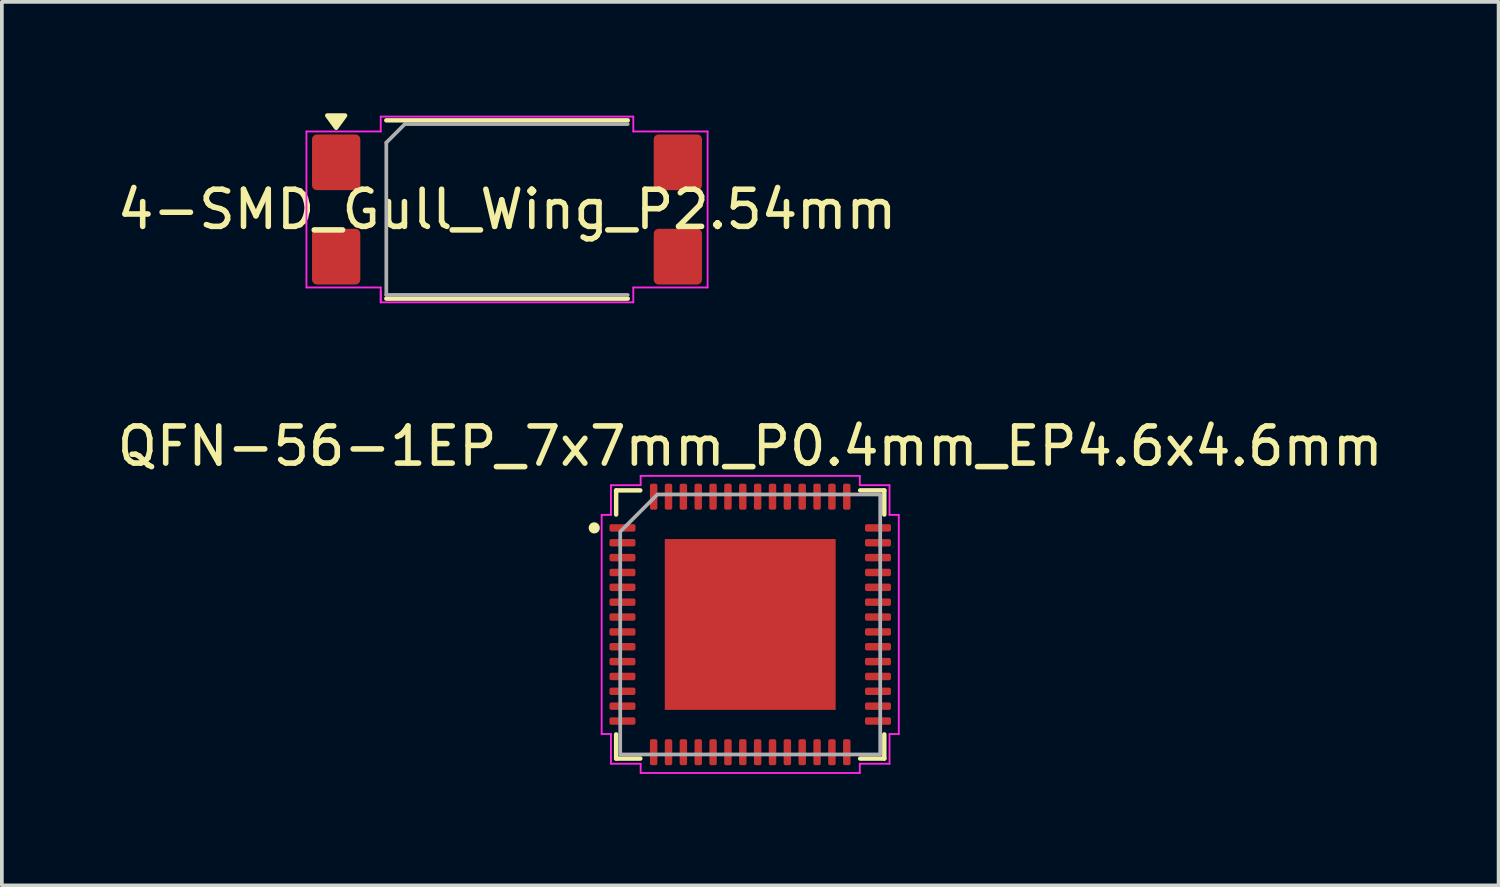
<source format=kicad_pcb>
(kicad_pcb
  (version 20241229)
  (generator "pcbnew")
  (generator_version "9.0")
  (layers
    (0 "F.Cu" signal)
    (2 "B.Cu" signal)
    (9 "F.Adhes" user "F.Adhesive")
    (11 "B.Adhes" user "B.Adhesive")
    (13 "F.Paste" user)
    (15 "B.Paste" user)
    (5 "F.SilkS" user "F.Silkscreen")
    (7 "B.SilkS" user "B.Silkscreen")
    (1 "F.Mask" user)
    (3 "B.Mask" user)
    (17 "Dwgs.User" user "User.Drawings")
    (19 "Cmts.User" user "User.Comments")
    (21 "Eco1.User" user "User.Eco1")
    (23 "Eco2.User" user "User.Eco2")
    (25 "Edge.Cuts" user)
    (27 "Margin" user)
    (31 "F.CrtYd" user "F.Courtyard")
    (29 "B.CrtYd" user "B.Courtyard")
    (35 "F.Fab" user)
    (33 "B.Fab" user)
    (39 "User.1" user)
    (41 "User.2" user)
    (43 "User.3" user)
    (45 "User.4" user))
  (footprint "QFN-56-1EP_7x7mm_P0.4mm_EP4.6x4.6mm"
    (layer "F.Cu")
    (at 17.149 13.763)
    (property "Reference" "QFN-56-1EP_7x7mm_P0.4mm_EP4.6x4.6mm" (at 0 -4.8 0) (layer "F.SilkS") (effects (font (size 1 1) (thickness 0.15))))
    (attr smd)
    (fp_line (start -3.61 -3.61) (end -2.96 -3.61) (stroke (width 0.12) (type solid)) (layer "F.SilkS"))
    (fp_line (start -3.61 -2.96) (end -3.61 -3.61) (stroke (width 0.12) (type solid)) (layer "F.SilkS"))
    (fp_line (start -3.61 3.61) (end -3.61 2.96) (stroke (width 0.12) (type solid)) (layer "F.SilkS"))
    (fp_line (start -2.96 3.61) (end -3.61 3.61) (stroke (width 0.12) (type solid)) (layer "F.SilkS"))
    (fp_line (start 2.96 -3.61) (end 3.61 -3.61) (stroke (width 0.12) (type solid)) (layer "F.SilkS"))
    (fp_line (start 3.61 -3.61) (end 3.61 -2.96) (stroke (width 0.12) (type solid)) (layer "F.SilkS"))
    (fp_line (start 3.61 2.96) (end 3.61 3.61) (stroke (width 0.12) (type solid)) (layer "F.SilkS"))
    (fp_line (start 3.61 3.61) (end 2.96 3.61) (stroke (width 0.12) (type solid)) (layer "F.SilkS"))
    (fp_circle (center -4.2 -2.6) (end -4.05 -2.6) (stroke (width 0) (type solid)) (fill yes) (layer "F.SilkS"))
    (fp_line (start -4 -2.95) (end -3.75 -2.95) (stroke (width 0.05) (type solid)) (layer "F.CrtYd"))
    (fp_line (start -4 2.95) (end -4 -2.95) (stroke (width 0.05) (type solid)) (layer "F.CrtYd"))
    (fp_line (start -3.75 -3.75) (end -2.95 -3.75) (stroke (width 0.05) (type solid)) (layer "F.CrtYd"))
    (fp_line (start -3.75 -2.95) (end -3.75 -3.75) (stroke (width 0.05) (type solid)) (layer "F.CrtYd"))
    (fp_line (start -3.75 2.95) (end -4 2.95) (stroke (width 0.05) (type solid)) (layer "F.CrtYd"))
    (fp_line (start -3.75 3.75) (end -3.75 2.95) (stroke (width 0.05) (type solid)) (layer "F.CrtYd"))
    (fp_line (start -2.95 -4) (end 2.95 -4) (stroke (width 0.05) (type solid)) (layer "F.CrtYd"))
    (fp_line (start -2.95 -3.75) (end -2.95 -4) (stroke (width 0.05) (type solid)) (layer "F.CrtYd"))
    (fp_line (start -2.95 3.75) (end -3.75 3.75) (stroke (width 0.05) (type solid)) (layer "F.CrtYd"))
    (fp_line (start -2.95 4) (end -2.95 3.75) (stroke (width 0.05) (type solid)) (layer "F.CrtYd"))
    (fp_line (start 2.95 -4) (end 2.95 -3.75) (stroke (width 0.05) (type solid)) (layer "F.CrtYd"))
    (fp_line (start 2.95 -3.75) (end 3.75 -3.75) (stroke (width 0.05) (type solid)) (layer "F.CrtYd"))
    (fp_line (start 2.95 3.75) (end 2.95 4) (stroke (width 0.05) (type solid)) (layer "F.CrtYd"))
    (fp_line (start 2.95 4) (end -2.95 4) (stroke (width 0.05) (type solid)) (layer "F.CrtYd"))
    (fp_line (start 3.75 -3.75) (end 3.75 -2.95) (stroke (width 0.05) (type solid)) (layer "F.CrtYd"))
    (fp_line (start 3.75 -2.95) (end 4 -2.95) (stroke (width 0.05) (type solid)) (layer "F.CrtYd"))
    (fp_line (start 3.75 2.95) (end 3.75 3.75) (stroke (width 0.05) (type solid)) (layer "F.CrtYd"))
    (fp_line (start 3.75 3.75) (end 2.95 3.75) (stroke (width 0.05) (type solid)) (layer "F.CrtYd"))
    (fp_line (start 4 -2.95) (end 4 2.95) (stroke (width 0.05) (type solid)) (layer "F.CrtYd"))
    (fp_line (start 4 2.95) (end 3.75 2.95) (stroke (width 0.05) (type solid)) (layer "F.CrtYd"))
    (fp_poly (pts (xy -3.5 -2.5) (xy -3.5 3.5) (xy 3.5 3.5) (xy 3.5 -3.5) (xy -2.5 -3.5)) (stroke (width 0.1) (type solid)) (fill no) (layer "F.Fab"))
    (pad "" smd roundrect (at -1.33 -1.33) (size 1.07 1.07) (layers "F.Paste") (roundrect_rratio 0.234))
    (pad "" smd roundrect (at -1.33 0) (size 1.07 1.07) (layers "F.Paste") (roundrect_rratio 0.234))
    (pad "" smd roundrect (at -1.33 1.33) (size 1.07 1.07) (layers "F.Paste") (roundrect_rratio 0.234))
    (pad "" smd roundrect (at 0 -1.33) (size 1.07 1.07) (layers "F.Paste") (roundrect_rratio 0.234))
    (pad "" smd roundrect (at 0 0) (size 1.07 1.07) (layers "F.Paste") (roundrect_rratio 0.234))
    (pad "" smd roundrect (at 0 1.33) (size 1.07 1.07) (layers "F.Paste") (roundrect_rratio 0.234))
    (pad "" smd roundrect (at 1.33 -1.33) (size 1.07 1.07) (layers "F.Paste") (roundrect_rratio 0.234))
    (pad "" smd roundrect (at 1.33 0) (size 1.07 1.07) (layers "F.Paste") (roundrect_rratio 0.234))
    (pad "" smd roundrect (at 1.33 1.33) (size 1.07 1.07) (layers "F.Paste") (roundrect_rratio 0.234))
    (pad "1" smd roundrect (at -3.44 -2.6) (size 0.7 0.2) (layers "F.Cu" "F.Mask" "F.Paste") (roundrect_rratio 0.25))
    (pad "2" smd roundrect (at -3.44 -2.2) (size 0.7 0.2) (layers "F.Cu" "F.Mask" "F.Paste") (roundrect_rratio 0.25))
    (pad "3" smd roundrect (at -3.44 -1.8) (size 0.7 0.2) (layers "F.Cu" "F.Mask" "F.Paste") (roundrect_rratio 0.25))
    (pad "4" smd roundrect (at -3.44 -1.4) (size 0.7 0.2) (layers "F.Cu" "F.Mask" "F.Paste") (roundrect_rratio 0.25))
    (pad "5" smd roundrect (at -3.44 -1) (size 0.7 0.2) (layers "F.Cu" "F.Mask" "F.Paste") (roundrect_rratio 0.25))
    (pad "6" smd roundrect (at -3.44 -0.6) (size 0.7 0.2) (layers "F.Cu" "F.Mask" "F.Paste") (roundrect_rratio 0.25))
    (pad "7" smd roundrect (at -3.44 -0.2) (size 0.7 0.2) (layers "F.Cu" "F.Mask" "F.Paste") (roundrect_rratio 0.25))
    (pad "8" smd roundrect (at -3.44 0.2) (size 0.7 0.2) (layers "F.Cu" "F.Mask" "F.Paste") (roundrect_rratio 0.25))
    (pad "9" smd roundrect (at -3.44 0.6) (size 0.7 0.2) (layers "F.Cu" "F.Mask" "F.Paste") (roundrect_rratio 0.25))
    (pad "10" smd roundrect (at -3.44 1) (size 0.7 0.2) (layers "F.Cu" "F.Mask" "F.Paste") (roundrect_rratio 0.25))
    (pad "11" smd roundrect (at -3.44 1.4) (size 0.7 0.2) (layers "F.Cu" "F.Mask" "F.Paste") (roundrect_rratio 0.25))
    (pad "12" smd roundrect (at -3.44 1.8) (size 0.7 0.2) (layers "F.Cu" "F.Mask" "F.Paste") (roundrect_rratio 0.25))
    (pad "13" smd roundrect (at -3.44 2.2) (size 0.7 0.2) (layers "F.Cu" "F.Mask" "F.Paste") (roundrect_rratio 0.25))
    (pad "14" smd roundrect (at -3.44 2.6) (size 0.7 0.2) (layers "F.Cu" "F.Mask" "F.Paste") (roundrect_rratio 0.25))
    (pad "15" smd roundrect (at -2.6 3.44) (size 0.2 0.7) (layers "F.Cu" "F.Mask" "F.Paste") (roundrect_rratio 0.25))
    (pad "16" smd roundrect (at -2.2 3.44) (size 0.2 0.7) (layers "F.Cu" "F.Mask" "F.Paste") (roundrect_rratio 0.25))
    (pad "17" smd roundrect (at -1.8 3.44) (size 0.2 0.7) (layers "F.Cu" "F.Mask" "F.Paste") (roundrect_rratio 0.25))
    (pad "18" smd roundrect (at -1.4 3.44) (size 0.2 0.7) (layers "F.Cu" "F.Mask" "F.Paste") (roundrect_rratio 0.25))
    (pad "19" smd roundrect (at -1 3.44) (size 0.2 0.7) (layers "F.Cu" "F.Mask" "F.Paste") (roundrect_rratio 0.25))
    (pad "20" smd roundrect (at -0.6 3.44) (size 0.2 0.7) (layers "F.Cu" "F.Mask" "F.Paste") (roundrect_rratio 0.25))
    (pad "21" smd roundrect (at -0.2 3.44) (size 0.2 0.7) (layers "F.Cu" "F.Mask" "F.Paste") (roundrect_rratio 0.25))
    (pad "22" smd roundrect (at 0.2 3.44) (size 0.2 0.7) (layers "F.Cu" "F.Mask" "F.Paste") (roundrect_rratio 0.25))
    (pad "23" smd roundrect (at 0.6 3.44) (size 0.2 0.7) (layers "F.Cu" "F.Mask" "F.Paste") (roundrect_rratio 0.25))
    (pad "24" smd roundrect (at 1 3.44) (size 0.2 0.7) (layers "F.Cu" "F.Mask" "F.Paste") (roundrect_rratio 0.25))
    (pad "25" smd roundrect (at 1.4 3.44) (size 0.2 0.7) (layers "F.Cu" "F.Mask" "F.Paste") (roundrect_rratio 0.25))
    (pad "26" smd roundrect (at 1.8 3.44) (size 0.2 0.7) (layers "F.Cu" "F.Mask" "F.Paste") (roundrect_rratio 0.25))
    (pad "27" smd roundrect (at 2.2 3.44) (size 0.2 0.7) (layers "F.Cu" "F.Mask" "F.Paste") (roundrect_rratio 0.25))
    (pad "28" smd roundrect (at 2.6 3.44) (size 0.2 0.7) (layers "F.Cu" "F.Mask" "F.Paste") (roundrect_rratio 0.25))
    (pad "29" smd roundrect (at 3.44 2.6) (size 0.7 0.2) (layers "F.Cu" "F.Mask" "F.Paste") (roundrect_rratio 0.25))
    (pad "30" smd roundrect (at 3.44 2.2) (size 0.7 0.2) (layers "F.Cu" "F.Mask" "F.Paste") (roundrect_rratio 0.25))
    (pad "31" smd roundrect (at 3.44 1.8) (size 0.7 0.2) (layers "F.Cu" "F.Mask" "F.Paste") (roundrect_rratio 0.25))
    (pad "32" smd roundrect (at 3.44 1.4) (size 0.7 0.2) (layers "F.Cu" "F.Mask" "F.Paste") (roundrect_rratio 0.25))
    (pad "33" smd roundrect (at 3.44 1) (size 0.7 0.2) (layers "F.Cu" "F.Mask" "F.Paste") (roundrect_rratio 0.25))
    (pad "34" smd roundrect (at 3.44 0.6) (size 0.7 0.2) (layers "F.Cu" "F.Mask" "F.Paste") (roundrect_rratio 0.25))
    (pad "35" smd roundrect (at 3.44 0.2) (size 0.7 0.2) (layers "F.Cu" "F.Mask" "F.Paste") (roundrect_rratio 0.25))
    (pad "36" smd roundrect (at 3.44 -0.2) (size 0.7 0.2) (layers "F.Cu" "F.Mask" "F.Paste") (roundrect_rratio 0.25))
    (pad "37" smd roundrect (at 3.44 -0.6) (size 0.7 0.2) (layers "F.Cu" "F.Mask" "F.Paste") (roundrect_rratio 0.25))
    (pad "38" smd roundrect (at 3.44 -1) (size 0.7 0.2) (layers "F.Cu" "F.Mask" "F.Paste") (roundrect_rratio 0.25))
    (pad "39" smd roundrect (at 3.44 -1.4) (size 0.7 0.2) (layers "F.Cu" "F.Mask" "F.Paste") (roundrect_rratio 0.25))
    (pad "40" smd roundrect (at 3.44 -1.8) (size 0.7 0.2) (layers "F.Cu" "F.Mask" "F.Paste") (roundrect_rratio 0.25))
    (pad "41" smd roundrect (at 3.44 -2.2) (size 0.7 0.2) (layers "F.Cu" "F.Mask" "F.Paste") (roundrect_rratio 0.25))
    (pad "42" smd roundrect (at 3.44 -2.6) (size 0.7 0.2) (layers "F.Cu" "F.Mask" "F.Paste") (roundrect_rratio 0.25))
    (pad "43" smd roundrect (at 2.6 -3.44) (size 0.2 0.7) (layers "F.Cu" "F.Mask" "F.Paste") (roundrect_rratio 0.25))
    (pad "44" smd roundrect (at 2.2 -3.44) (size 0.2 0.7) (layers "F.Cu" "F.Mask" "F.Paste") (roundrect_rratio 0.25))
    (pad "45" smd roundrect (at 1.8 -3.44) (size 0.2 0.7) (layers "F.Cu" "F.Mask" "F.Paste") (roundrect_rratio 0.25))
    (pad "46" smd roundrect (at 1.4 -3.44) (size 0.2 0.7) (layers "F.Cu" "F.Mask" "F.Paste") (roundrect_rratio 0.25))
    (pad "47" smd roundrect (at 1 -3.44) (size 0.2 0.7) (layers "F.Cu" "F.Mask" "F.Paste") (roundrect_rratio 0.25))
    (pad "48" smd roundrect (at 0.6 -3.44) (size 0.2 0.7) (layers "F.Cu" "F.Mask" "F.Paste") (roundrect_rratio 0.25))
    (pad "49" smd roundrect (at 0.2 -3.44) (size 0.2 0.7) (layers "F.Cu" "F.Mask" "F.Paste") (roundrect_rratio 0.25))
    (pad "50" smd roundrect (at -0.2 -3.44) (size 0.2 0.7) (layers "F.Cu" "F.Mask" "F.Paste") (roundrect_rratio 0.25))
    (pad "51" smd roundrect (at -0.6 -3.44) (size 0.2 0.7) (layers "F.Cu" "F.Mask" "F.Paste") (roundrect_rratio 0.25))
    (pad "52" smd roundrect (at -1 -3.44) (size 0.2 0.7) (layers "F.Cu" "F.Mask" "F.Paste") (roundrect_rratio 0.25))
    (pad "53" smd roundrect (at -1.4 -3.44) (size 0.2 0.7) (layers "F.Cu" "F.Mask" "F.Paste") (roundrect_rratio 0.25))
    (pad "54" smd roundrect (at -1.8 -3.44) (size 0.2 0.7) (layers "F.Cu" "F.Mask" "F.Paste") (roundrect_rratio 0.25))
    (pad "55" smd roundrect (at -2.2 -3.44) (size 0.2 0.7) (layers "F.Cu" "F.Mask" "F.Paste") (roundrect_rratio 0.25))
    (pad "56" smd roundrect (at -2.6 -3.44) (size 0.2 0.7) (layers "F.Cu" "F.Mask" "F.Paste") (roundrect_rratio 0.25))
    (pad "57" smd rect (at 0 0) (size 4.6 4.6) (property pad_prop_heatsink) (layers "F.Cu" "F.Mask")))
  (footprint "4-SMD_Gull_Wing_P2.54mm"
    (layer "F.Cu")
    (at 10.601 2.59)
    (property "Reference" "4-SMD_Gull_Wing_P2.54mm" (at 0 0 0) (layer "F.SilkS") (effects (font (size 1 1) (thickness 0.15))))
    (attr smd)
    (fp_line (start -3.25 -2.4) (end 3.25 -2.4) (stroke (width 0.12) (type solid)) (layer "F.SilkS"))
    (fp_line (start 3.25 2.4) (end -3.25 2.4) (stroke (width 0.12) (type solid)) (layer "F.SilkS"))
    (fp_poly (pts (xy -4.6 -2.2) (xy -4.84 -2.53) (xy -4.36 -2.53)) (stroke (width 0.12) (type solid)) (fill yes) (layer "F.SilkS"))
    (fp_line (start -5.4 -2.1) (end -5.4 2.1) (stroke (width 0.05) (type default)) (layer "F.CrtYd"))
    (fp_line (start -5.4 2.1) (end -3.4 2.1) (stroke (width 0.05) (type default)) (layer "F.CrtYd"))
    (fp_line (start -3.4 -2.5) (end -3.4 -2.1) (stroke (width 0.05) (type default)) (layer "F.CrtYd"))
    (fp_line (start -3.4 -2.1) (end -5.4 -2.1) (stroke (width 0.05) (type default)) (layer "F.CrtYd"))
    (fp_line (start -3.4 2.1) (end -3.4 2.5) (stroke (width 0.05) (type default)) (layer "F.CrtYd"))
    (fp_line (start -3.4 2.2) (end -3.4 2.5) (stroke (width 0.05) (type default)) (layer "F.CrtYd"))
    (fp_line (start -3.4 2.5) (end 3.4 2.5) (stroke (width 0.05) (type default)) (layer "F.CrtYd"))
    (fp_line (start 3.4 -2.5) (end -3.4 -2.5) (stroke (width 0.05) (type default)) (layer "F.CrtYd"))
    (fp_line (start 3.4 -2.1) (end 3.4 -2.5) (stroke (width 0.05) (type default)) (layer "F.CrtYd"))
    (fp_line (start 3.4 2.1) (end 5.4 2.1) (stroke (width 0.05) (type default)) (layer "F.CrtYd"))
    (fp_line (start 3.4 2.5) (end 3.4 2.1) (stroke (width 0.05) (type default)) (layer "F.CrtYd"))
    (fp_line (start 5.4 -2.1) (end 3.4 -2.1) (stroke (width 0.05) (type default)) (layer "F.CrtYd"))
    (fp_line (start 5.4 2.1) (end 5.4 -2.1) (stroke (width 0.05) (type default)) (layer "F.CrtYd"))
    (fp_line (start -3.25 -1.8) (end -3.25 2.3) (stroke (width 0.1) (type default)) (layer "F.Fab"))
    (fp_line (start -3.25 -1.8) (end -2.75 -2.3) (stroke (width 0.1) (type default)) (layer "F.Fab"))
    (fp_line (start -2.75 -2.3) (end 3.25 -2.3) (stroke (width 0.1) (type default)) (layer "F.Fab"))
    (fp_line (start 3.25 2.3) (end -3.25 2.3) (stroke (width 0.1) (type default)) (layer "F.Fab"))
    (pad "1" smd roundrect (at -4.6 -1.27) (size 1.3 1.5) (layers "F.Cu" "F.Mask" "F.Paste") (roundrect_rratio 0.1))
    (pad "2" smd roundrect (at -4.6 1.27) (size 1.3 1.5) (layers "F.Cu" "F.Mask" "F.Paste") (roundrect_rratio 0.1))
    (pad "3" smd roundrect (at 4.6 1.27) (size 1.3 1.5) (layers "F.Cu" "F.Mask" "F.Paste") (roundrect_rratio 0.1))
    (pad "4" smd roundrect (at 4.6 -1.27) (size 1.3 1.5) (layers "F.Cu" "F.Mask" "F.Paste") (roundrect_rratio 0.1)))
  (gr_rect
    (start -3 -3)
    (end 37.298 20.788)
    (stroke (width 0.1) (type default))
    (fill no)
    (layer "Edge.Cuts")))
</source>
